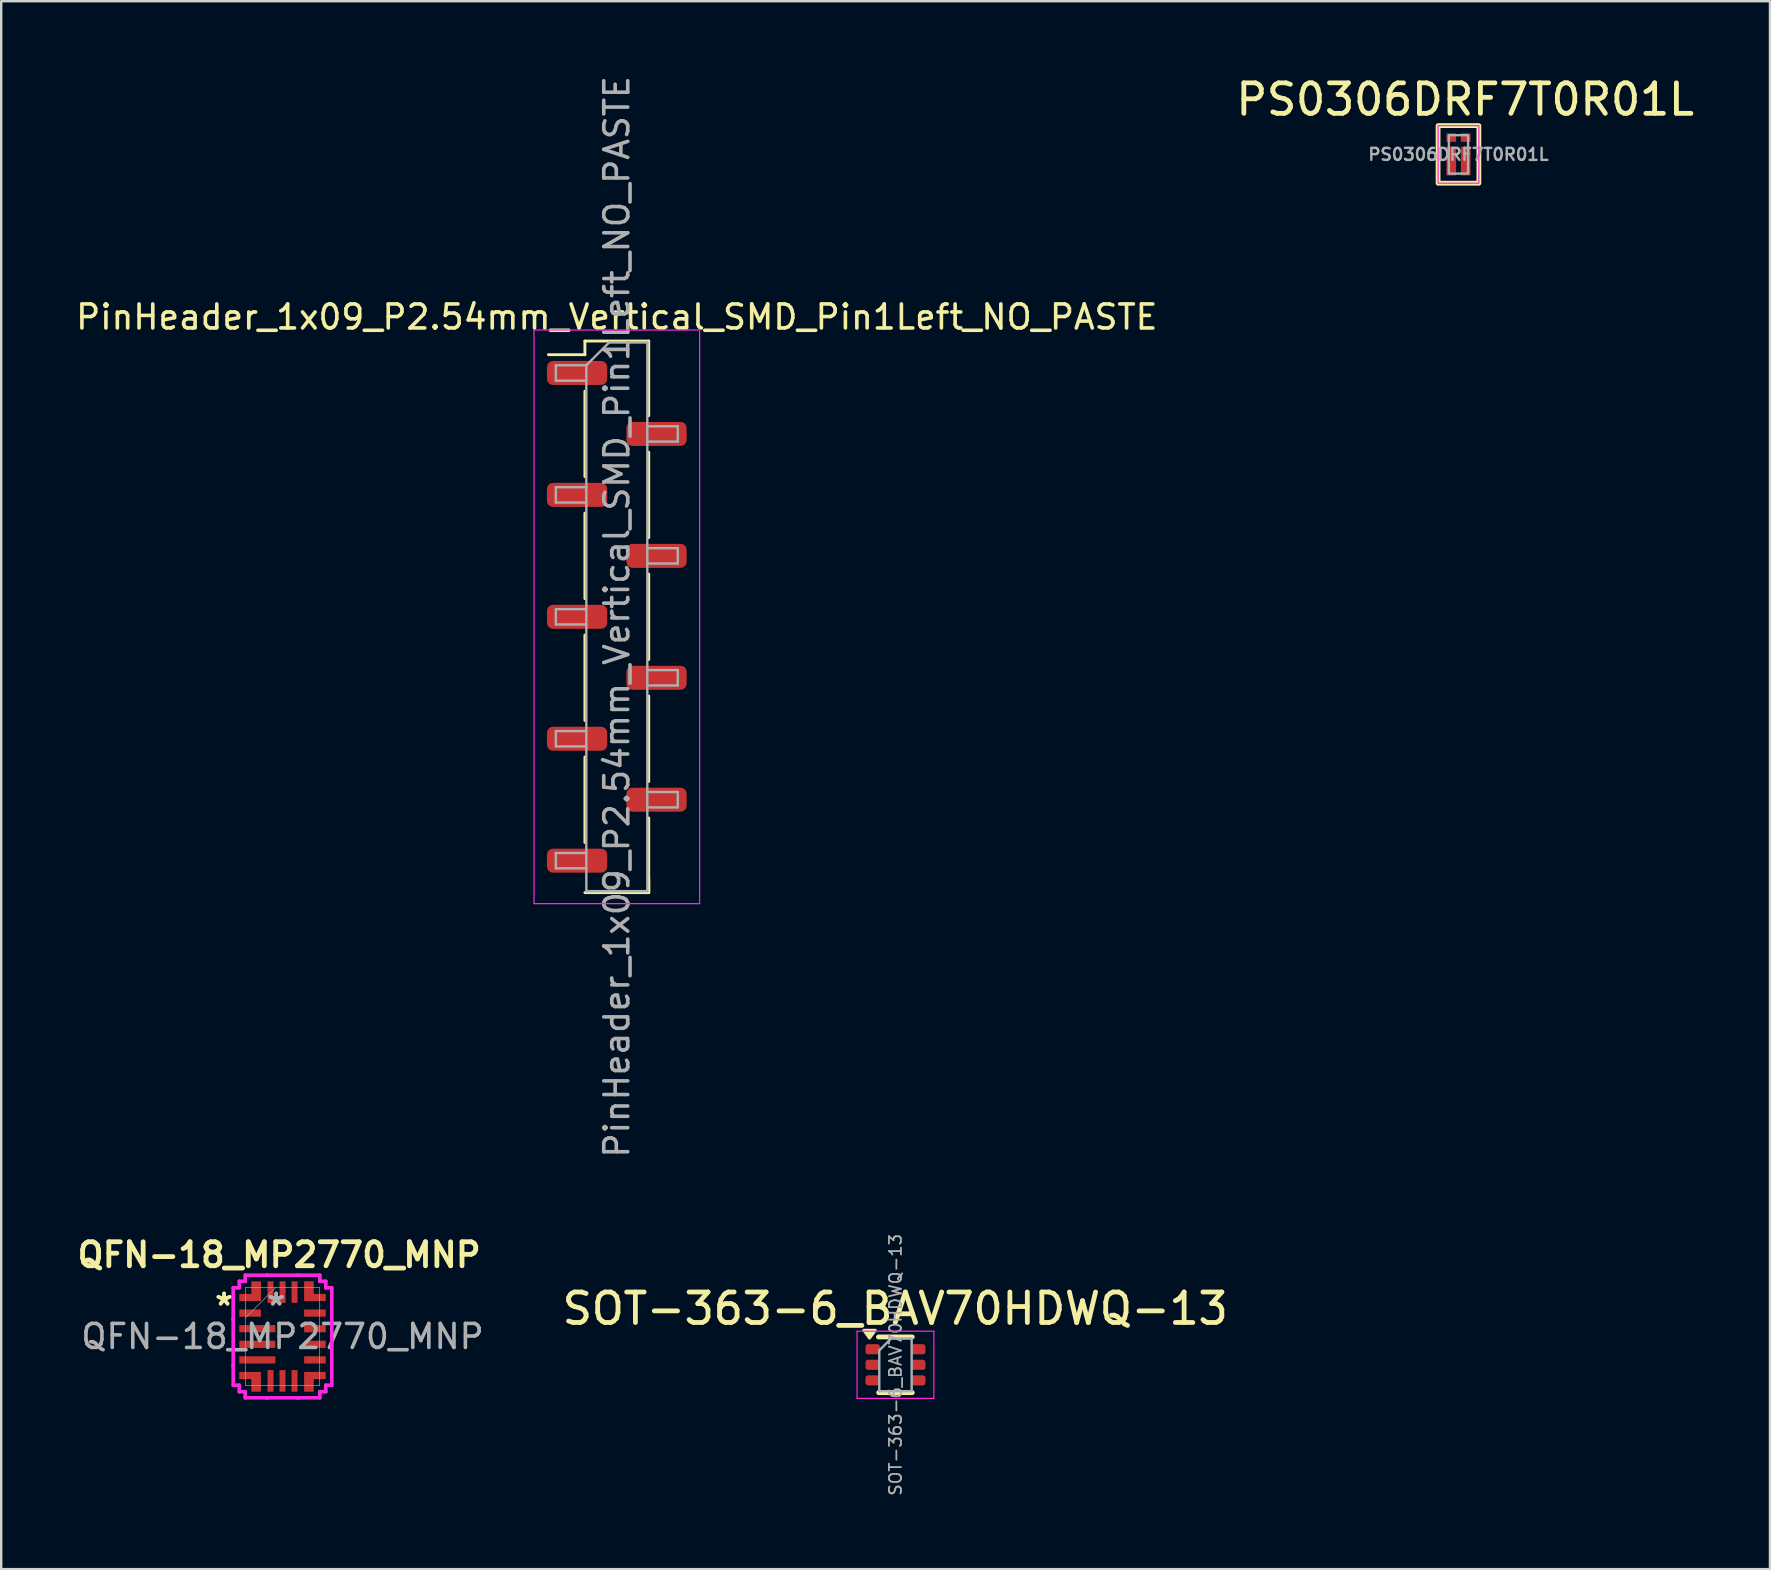
<source format=kicad_pcb>
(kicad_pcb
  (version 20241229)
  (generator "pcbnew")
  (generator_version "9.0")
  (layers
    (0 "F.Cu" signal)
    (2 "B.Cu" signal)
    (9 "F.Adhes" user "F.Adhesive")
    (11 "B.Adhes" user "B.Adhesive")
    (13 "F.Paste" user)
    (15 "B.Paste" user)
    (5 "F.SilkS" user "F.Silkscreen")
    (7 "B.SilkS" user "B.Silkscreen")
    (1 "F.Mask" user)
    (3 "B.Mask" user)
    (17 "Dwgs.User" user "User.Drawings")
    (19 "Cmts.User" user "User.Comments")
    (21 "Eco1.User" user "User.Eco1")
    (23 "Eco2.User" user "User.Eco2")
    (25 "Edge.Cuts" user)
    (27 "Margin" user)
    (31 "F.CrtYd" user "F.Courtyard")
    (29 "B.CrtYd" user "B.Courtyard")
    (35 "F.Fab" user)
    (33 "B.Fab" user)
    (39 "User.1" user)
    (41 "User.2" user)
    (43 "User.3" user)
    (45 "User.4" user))
  (footprint "PinHeader_1x09_P2.54mm_Vertical_SMD_Pin1Left_NO_PASTE"
    (layer "F.Cu")
    (at 22.649 22.649)
    (property "Reference" "PinHeader_1x09_P2.54mm_Vertical_SMD_Pin1Left_NO_PASTE" (at 0 -12.49 0) (layer "F.SilkS") (effects (font (size 1 1) (thickness 0.15))))
    (attr smd)
    (fp_line (start -1.33 -11.49) (end -1.33 -10.92) (stroke (width 0.12) (type solid)) (layer "F.SilkS"))
    (fp_line (start -1.33 -11.49) (end 1.33 -11.49) (stroke (width 0.12) (type solid)) (layer "F.SilkS"))
    (fp_line (start -1.33 -10.92) (end -2.85 -10.92) (stroke (width 0.12) (type solid)) (layer "F.SilkS"))
    (fp_line (start -1.33 -9.4) (end -1.33 -5.84) (stroke (width 0.12) (type solid)) (layer "F.SilkS"))
    (fp_line (start -1.33 -4.32) (end -1.33 -0.76) (stroke (width 0.12) (type solid)) (layer "F.SilkS"))
    (fp_line (start -1.33 0.76) (end -1.33 4.32) (stroke (width 0.12) (type solid)) (layer "F.SilkS"))
    (fp_line (start -1.33 5.84) (end -1.33 9.4) (stroke (width 0.12) (type solid)) (layer "F.SilkS"))
    (fp_line (start -1.33 11.49) (end 1.33 11.49) (stroke (width 0.12) (type solid)) (layer "F.SilkS"))
    (fp_line (start 1.33 -11.49) (end 1.33 -8.38) (stroke (width 0.12) (type solid)) (layer "F.SilkS"))
    (fp_line (start 1.33 -6.86) (end 1.33 -3.3) (stroke (width 0.12) (type solid)) (layer "F.SilkS"))
    (fp_line (start 1.33 -1.78) (end 1.33 1.78) (stroke (width 0.12) (type solid)) (layer "F.SilkS"))
    (fp_line (start 1.33 3.3) (end 1.33 6.86) (stroke (width 0.12) (type solid)) (layer "F.SilkS"))
    (fp_line (start 1.33 8.38) (end 1.33 11.49) (stroke (width 0.12) (type solid)) (layer "F.SilkS"))
    (fp_line (start 1.33 10.92) (end 1.33 11.49) (stroke (width 0.12) (type solid)) (layer "F.SilkS"))
    (fp_line (start -3.45 -11.95) (end -3.45 11.95) (stroke (width 0.05) (type solid)) (layer "F.CrtYd"))
    (fp_line (start -3.45 11.95) (end 3.45 11.95) (stroke (width 0.05) (type solid)) (layer "F.CrtYd"))
    (fp_line (start 3.45 -11.95) (end -3.45 -11.95) (stroke (width 0.05) (type solid)) (layer "F.CrtYd"))
    (fp_line (start 3.45 11.95) (end 3.45 -11.95) (stroke (width 0.05) (type solid)) (layer "F.CrtYd"))
    (fp_line (start -2.54 -10.48) (end -2.54 -9.84) (stroke (width 0.1) (type solid)) (layer "F.Fab"))
    (fp_line (start -2.54 -9.84) (end -1.27 -9.84) (stroke (width 0.1) (type solid)) (layer "F.Fab"))
    (fp_line (start -2.54 -5.4) (end -2.54 -4.76) (stroke (width 0.1) (type solid)) (layer "F.Fab"))
    (fp_line (start -2.54 -4.76) (end -1.27 -4.76) (stroke (width 0.1) (type solid)) (layer "F.Fab"))
    (fp_line (start -2.54 -0.32) (end -2.54 0.32) (stroke (width 0.1) (type solid)) (layer "F.Fab"))
    (fp_line (start -2.54 0.32) (end -1.27 0.32) (stroke (width 0.1) (type solid)) (layer "F.Fab"))
    (fp_line (start -2.54 4.76) (end -2.54 5.4) (stroke (width 0.1) (type solid)) (layer "F.Fab"))
    (fp_line (start -2.54 5.4) (end -1.27 5.4) (stroke (width 0.1) (type solid)) (layer "F.Fab"))
    (fp_line (start -2.54 9.84) (end -2.54 10.48) (stroke (width 0.1) (type solid)) (layer "F.Fab"))
    (fp_line (start -2.54 10.48) (end -1.27 10.48) (stroke (width 0.1) (type solid)) (layer "F.Fab"))
    (fp_line (start -1.27 -10.48) (end -2.54 -10.48) (stroke (width 0.1) (type solid)) (layer "F.Fab"))
    (fp_line (start -1.27 -10.48) (end -0.32 -11.43) (stroke (width 0.1) (type solid)) (layer "F.Fab"))
    (fp_line (start -1.27 -5.4) (end -2.54 -5.4) (stroke (width 0.1) (type solid)) (layer "F.Fab"))
    (fp_line (start -1.27 -0.32) (end -2.54 -0.32) (stroke (width 0.1) (type solid)) (layer "F.Fab"))
    (fp_line (start -1.27 4.76) (end -2.54 4.76) (stroke (width 0.1) (type solid)) (layer "F.Fab"))
    (fp_line (start -1.27 9.84) (end -2.54 9.84) (stroke (width 0.1) (type solid)) (layer "F.Fab"))
    (fp_line (start -1.27 11.43) (end -1.27 -10.48) (stroke (width 0.1) (type solid)) (layer "F.Fab"))
    (fp_line (start -0.32 -11.43) (end 1.27 -11.43) (stroke (width 0.1) (type solid)) (layer "F.Fab"))
    (fp_line (start 1.27 -11.43) (end 1.27 11.43) (stroke (width 0.1) (type solid)) (layer "F.Fab"))
    (fp_line (start 1.27 -7.94) (end 2.54 -7.94) (stroke (width 0.1) (type solid)) (layer "F.Fab"))
    (fp_line (start 1.27 -2.86) (end 2.54 -2.86) (stroke (width 0.1) (type solid)) (layer "F.Fab"))
    (fp_line (start 1.27 2.22) (end 2.54 2.22) (stroke (width 0.1) (type solid)) (layer "F.Fab"))
    (fp_line (start 1.27 7.3) (end 2.54 7.3) (stroke (width 0.1) (type solid)) (layer "F.Fab"))
    (fp_line (start 1.27 11.43) (end -1.27 11.43) (stroke (width 0.1) (type solid)) (layer "F.Fab"))
    (fp_line (start 2.54 -7.94) (end 2.54 -7.3) (stroke (width 0.1) (type solid)) (layer "F.Fab"))
    (fp_line (start 2.54 -7.3) (end 1.27 -7.3) (stroke (width 0.1) (type solid)) (layer "F.Fab"))
    (fp_line (start 2.54 -2.86) (end 2.54 -2.22) (stroke (width 0.1) (type solid)) (layer "F.Fab"))
    (fp_line (start 2.54 -2.22) (end 1.27 -2.22) (stroke (width 0.1) (type solid)) (layer "F.Fab"))
    (fp_line (start 2.54 2.22) (end 2.54 2.86) (stroke (width 0.1) (type solid)) (layer "F.Fab"))
    (fp_line (start 2.54 2.86) (end 1.27 2.86) (stroke (width 0.1) (type solid)) (layer "F.Fab"))
    (fp_line (start 2.54 7.3) (end 2.54 7.94) (stroke (width 0.1) (type solid)) (layer "F.Fab"))
    (fp_line (start 2.54 7.94) (end 1.27 7.94) (stroke (width 0.1) (type solid)) (layer "F.Fab"))
    (fp_text user "${REFERENCE}" (at 0 0 90) (layer "F.Fab") (effects (font (size 1 1) (thickness 0.15))))
    (pad "1" smd roundrect (at -1.655 -10.16) (size 2.51 1) (layers "F.Cu" "F.Mask") (roundrect_rratio 0.25))
    (pad "2" smd roundrect (at 1.655 -7.62) (size 2.51 1) (layers "F.Cu" "F.Mask") (roundrect_rratio 0.25))
    (pad "3" smd roundrect (at -1.655 -5.08) (size 2.51 1) (layers "F.Cu" "F.Mask") (roundrect_rratio 0.25))
    (pad "4" smd roundrect (at 1.655 -2.54) (size 2.51 1) (layers "F.Cu" "F.Mask") (roundrect_rratio 0.25))
    (pad "5" smd roundrect (at -1.655 0) (size 2.51 1) (layers "F.Cu" "F.Mask") (roundrect_rratio 0.25))
    (pad "6" smd roundrect (at 1.655 2.54) (size 2.51 1) (layers "F.Cu" "F.Mask") (roundrect_rratio 0.25))
    (pad "7" smd roundrect (at -1.655 5.08) (size 2.51 1) (layers "F.Cu" "F.Mask") (roundrect_rratio 0.25))
    (pad "8" smd roundrect (at 1.655 7.62) (size 2.51 1) (layers "F.Cu" "F.Mask") (roundrect_rratio 0.25))
    (pad "9" smd roundrect (at -1.655 10.16) (size 2.51 1) (layers "F.Cu" "F.Mask") (roundrect_rratio 0.25)))
  (footprint "PS0306DRF7T0R01L"
    (layer "F.Cu")
    (at 57.716 3.384)
    (property "Reference" "PS0306DRF7T0R01L" (at 0.28 -2.29 0) (layer "F.SilkS") (effects (font (size 1.27 1.27) (thickness 0.2))))
    (attr smd)
    (fp_rect (start -0.85 -1.2) (end 0.85 1.2) (stroke (width 0.2) (type default)) (fill no) (layer "F.SilkS"))
    (fp_rect (start -0.85 -1.2) (end 0.85 1.2) (stroke (width 0.05) (type default)) (fill no) (layer "F.CrtYd"))
    (fp_rect (start -0.4 -0.8) (end 0.4 0.8) (stroke (width 0.1) (type default)) (fill no) (layer "F.Fab"))
    (fp_text user "↑" (at 0.72 -0.36 0) (unlocked yes) (layer "Eco1.User") (effects (font (size 1 1) (thickness 0.15)) (justify left bottom)))
    (fp_text user "${REFERENCE}" (at 0 0 0) (layer "F.Fab") (effects (font (size 0.5 0.5) (thickness 0.1))))
    (pad "1" smd rect (at -0.3 0.275) (size 0.4 1.2) (layers "F.Cu" "F.Mask" "F.Paste"))
    (pad "2" smd rect (at -0.3 -0.7) (size 0.4 0.35) (layers "F.Cu" "F.Mask" "F.Paste"))
    (pad "3" smd rect (at 0.3 -0.7) (size 0.4 0.35) (layers "F.Cu" "F.Mask" "F.Paste"))
    (pad "4" smd rect (at 0.3 0.275) (size 0.4 1.2) (layers "F.Cu" "F.Mask" "F.Paste")))
  (footprint "SOT-363-6_BAV70HDWQ-13"
    (layer "F.Cu")
    (at 34.259 53.813)
    (property "Reference" "SOT-363-6_BAV70HDWQ-13" (at -0.01 -2.34 0) (layer "F.SilkS") (effects (font (size 1.27 1.27) (thickness 0.2))))
    (attr smd)
    (fp_line (start -0.71 -1.16) (end 0.7 -1.16) (stroke (width 0.2) (type solid)) (layer "F.SilkS"))
    (fp_line (start -0.7 1.16) (end 0.7 1.16) (stroke (width 0.2) (type solid)) (layer "F.SilkS"))
    (fp_poly (pts (xy -1.08 -1.11) (xy -1.32 -1.44) (xy -0.84 -1.44) (xy -1.08 -1.11)) (stroke (width 0.12) (type solid)) (fill yes) (layer "F.SilkS"))
    (fp_line (start -1.6 -1.4) (end -1.6 1.4) (stroke (width 0.05) (type solid)) (layer "F.CrtYd"))
    (fp_line (start -1.6 -1.4) (end 1.6 -1.4) (stroke (width 0.05) (type solid)) (layer "F.CrtYd"))
    (fp_line (start -1.6 1.4) (end 1.6 1.4) (stroke (width 0.05) (type solid)) (layer "F.CrtYd"))
    (fp_line (start 1.6 1.4) (end 1.6 -1.4) (stroke (width 0.05) (type solid)) (layer "F.CrtYd"))
    (fp_line (start -0.675 -0.6) (end -0.675 1.1) (stroke (width 0.1) (type solid)) (layer "F.Fab"))
    (fp_line (start -0.175 -1.1) (end -0.675 -0.6) (stroke (width 0.1) (type solid)) (layer "F.Fab"))
    (fp_line (start 0.675 -1.1) (end -0.175 -1.1) (stroke (width 0.1) (type solid)) (layer "F.Fab"))
    (fp_line (start 0.675 -1.1) (end 0.675 1.1) (stroke (width 0.1) (type solid)) (layer "F.Fab"))
    (fp_line (start 0.675 1.1) (end -0.675 1.1) (stroke (width 0.1) (type solid)) (layer "F.Fab"))
    (fp_text user "${REFERENCE}" (at 0 0 90) (layer "F.Fab") (effects (font (size 0.5 0.5) (thickness 0.075))))
    (pad "1" smd roundrect (at -0.95 -0.65) (size 0.6 0.42) (layers "F.Cu" "F.Mask" "F.Paste") (roundrect_rratio 0.25))
    (pad "2" smd roundrect (at -0.95 0) (size 0.6 0.42) (layers "F.Cu" "F.Mask" "F.Paste") (roundrect_rratio 0.25))
    (pad "3" smd roundrect (at -0.95 0.65) (size 0.6 0.42) (layers "F.Cu" "F.Mask" "F.Paste") (roundrect_rratio 0.25))
    (pad "4" smd roundrect (at 0.95 0.65) (size 0.6 0.42) (layers "F.Cu" "F.Mask" "F.Paste") (roundrect_rratio 0.25))
    (pad "5" smd roundrect (at 0.95 0) (size 0.6 0.42) (layers "F.Cu" "F.Mask" "F.Paste") (roundrect_rratio 0.25))
    (pad "6" smd roundrect (at 0.95 -0.65) (size 0.6 0.42) (layers "F.Cu" "F.Mask" "F.Paste") (roundrect_rratio 0.25)))
  (footprint "QFN-18_MP2770_MNP"
    (layer "F.Cu")
    (at 8.721 52.634)
    (property "Reference" "QFN-18_MP2770_MNP" (at -0.14 -3.4 0) (unlocked yes) (layer "F.SilkS") (effects (font (size 1 1) (thickness 0.2))))
    (attr smd)
    (fp_poly (pts (xy -1.8 -1.775) (xy -1.8 -1.475) (xy -0.9 -1.475) (xy -0.9 -2.3) (xy -1.3 -2.3) (xy -1.3 -1.775)) (stroke (width 0) (type solid)) (fill yes) (layer "F.Cu"))
    (fp_poly (pts (xy -1.8 1.775) (xy -1.8 1.475) (xy -0.9 1.475) (xy -0.9 2.3) (xy -1.3 2.3) (xy -1.3 1.775)) (stroke (width 0) (type solid)) (fill yes) (layer "F.Cu"))
    (fp_poly (pts (xy 1.8 -1.775) (xy 1.8 -1.475) (xy 0.9 -1.475) (xy 0.9 -2.3) (xy 1.3 -2.3) (xy 1.3 -1.775)) (stroke (width 0) (type solid)) (fill yes) (layer "F.Cu"))
    (fp_poly (pts (xy 1.8 1.775) (xy 1.8 1.475) (xy 0.9 1.475) (xy 0.9 2.3) (xy 1.3 2.3) (xy 1.3 1.775)) (stroke (width 0) (type solid)) (fill yes) (layer "F.Cu"))
    (fp_poly (pts (xy -1.8 -1.775) (xy -1.8 -1.475) (xy -0.9 -1.475) (xy -0.9 -2.3) (xy -1.3 -2.3) (xy -1.3 -1.775)) (stroke (width 0) (type solid)) (fill yes) (layer "F.Mask"))
    (fp_poly (pts (xy -1.8 1.775) (xy -1.8 1.475) (xy -0.9 1.475) (xy -0.9 2.3) (xy -1.3 2.3) (xy -1.3 1.775)) (stroke (width 0) (type solid)) (fill yes) (layer "F.Mask"))
    (fp_poly (pts (xy 1.8 -1.775) (xy 1.8 -1.475) (xy 0.9 -1.475) (xy 0.9 -2.3) (xy 1.3 -2.3) (xy 1.3 -1.775)) (stroke (width 0) (type solid)) (fill yes) (layer "F.Mask"))
    (fp_poly (pts (xy 1.8 1.775) (xy 1.8 1.475) (xy 0.9 1.475) (xy 0.9 2.3) (xy 1.3 2.3) (xy 1.3 1.775)) (stroke (width 0) (type solid)) (fill yes) (layer "F.Mask"))
    (fp_poly (pts (xy -1.8 -1.775) (xy -1.8 -1.475) (xy -0.9 -1.475) (xy -0.9 -2.3) (xy -1.3 -2.3) (xy -1.3 -1.775)) (stroke (width 0) (type solid)) (fill yes) (layer "F.Paste"))
    (fp_poly (pts (xy -1.8 1.775) (xy -1.8 1.475) (xy -0.9 1.475) (xy -0.9 2.3) (xy -1.3 2.3) (xy -1.3 1.775)) (stroke (width 0) (type solid)) (fill yes) (layer "F.Paste"))
    (fp_poly (pts (xy 1.8 -1.775) (xy 1.8 -1.475) (xy 0.9 -1.475) (xy 0.9 -2.3) (xy 1.3 -2.3) (xy 1.3 -1.775)) (stroke (width 0) (type solid)) (fill yes) (layer "F.Paste"))
    (fp_poly (pts (xy 1.8 1.775) (xy 1.8 1.475) (xy 0.9 1.475) (xy 0.9 2.3) (xy 1.3 2.3) (xy 1.3 1.775)) (stroke (width 0) (type solid)) (fill yes) (layer "F.Paste"))
    (fp_line (start -2.054 -2.029) (end -2.054 -0.729) (stroke (width 0.152) (type solid)) (layer "F.CrtYd"))
    (fp_line (start -2.054 -0.729) (end -2.054 -0.729) (stroke (width 0.152) (type solid)) (layer "F.CrtYd"))
    (fp_line (start -2.054 -0.729) (end -2.054 1.221) (stroke (width 0.152) (type solid)) (layer "F.CrtYd"))
    (fp_line (start -2.054 1.221) (end -2.054 1.221) (stroke (width 0.152) (type solid)) (layer "F.CrtYd"))
    (fp_line (start -2.054 1.221) (end -2.054 2.029) (stroke (width 0.152) (type solid)) (layer "F.CrtYd"))
    (fp_line (start -2.054 2.029) (end -1.803 2.029) (stroke (width 0.152) (type solid)) (layer "F.CrtYd"))
    (fp_line (start -1.803 -2.299) (end -1.803 -2.029) (stroke (width 0.152) (type solid)) (layer "F.CrtYd"))
    (fp_line (start -1.803 -2.029) (end -2.054 -2.029) (stroke (width 0.152) (type solid)) (layer "F.CrtYd"))
    (fp_line (start -1.803 2.029) (end -1.803 2.299) (stroke (width 0.152) (type solid)) (layer "F.CrtYd"))
    (fp_line (start -1.803 2.299) (end -1.554 2.299) (stroke (width 0.152) (type solid)) (layer "F.CrtYd"))
    (fp_line (start -1.554 -2.554) (end -1.554 -2.299) (stroke (width 0.152) (type solid)) (layer "F.CrtYd"))
    (fp_line (start -1.554 -2.299) (end -1.803 -2.299) (stroke (width 0.152) (type solid)) (layer "F.CrtYd"))
    (fp_line (start -1.554 2.299) (end -1.554 2.554) (stroke (width 0.152) (type solid)) (layer "F.CrtYd"))
    (fp_line (start -1.554 2.554) (end -0.646 2.554) (stroke (width 0.152) (type solid)) (layer "F.CrtYd"))
    (fp_line (start -0.646 -2.554) (end -1.554 -2.554) (stroke (width 0.152) (type solid)) (layer "F.CrtYd"))
    (fp_line (start -0.646 -2.554) (end -0.646 -2.554) (stroke (width 0.152) (type solid)) (layer "F.CrtYd"))
    (fp_line (start -0.646 2.554) (end 0.646 2.554) (stroke (width 0.152) (type solid)) (layer "F.CrtYd"))
    (fp_line (start -0.646 2.554) (end -0.646 2.554) (stroke (width 0.152) (type solid)) (layer "F.CrtYd"))
    (fp_line (start 0.646 -2.554) (end 0.646 -2.554) (stroke (width 0.152) (type solid)) (layer "F.CrtYd"))
    (fp_line (start 0.646 -2.554) (end -0.646 -2.554) (stroke (width 0.152) (type solid)) (layer "F.CrtYd"))
    (fp_line (start 0.646 2.554) (end 0.646 2.554) (stroke (width 0.152) (type solid)) (layer "F.CrtYd"))
    (fp_line (start 0.646 2.554) (end 1.554 2.554) (stroke (width 0.152) (type solid)) (layer "F.CrtYd"))
    (fp_line (start 1.554 -2.554) (end 0.646 -2.554) (stroke (width 0.152) (type solid)) (layer "F.CrtYd"))
    (fp_line (start 1.554 -2.299) (end 1.554 -2.554) (stroke (width 0.152) (type solid)) (layer "F.CrtYd"))
    (fp_line (start 1.554 2.299) (end 1.803 2.299) (stroke (width 0.152) (type solid)) (layer "F.CrtYd"))
    (fp_line (start 1.554 2.554) (end 1.554 2.299) (stroke (width 0.152) (type solid)) (layer "F.CrtYd"))
    (fp_line (start 1.803 -2.299) (end 1.554 -2.299) (stroke (width 0.152) (type solid)) (layer "F.CrtYd"))
    (fp_line (start 1.803 -2.029) (end 1.803 -2.299) (stroke (width 0.152) (type solid)) (layer "F.CrtYd"))
    (fp_line (start 1.803 2.029) (end 2.054 2.029) (stroke (width 0.152) (type solid)) (layer "F.CrtYd"))
    (fp_line (start 1.803 2.299) (end 1.803 2.029) (stroke (width 0.152) (type solid)) (layer "F.CrtYd"))
    (fp_line (start 2.054 -2.029) (end 1.803 -2.029) (stroke (width 0.152) (type solid)) (layer "F.CrtYd"))
    (fp_line (start 2.054 2.029) (end 2.054 -2.029) (stroke (width 0.152) (type solid)) (layer "F.CrtYd"))
    (fp_line (start -1.549 -2.045) (end -1.549 2.045) (stroke (width 0.025) (type solid)) (layer "F.Fab"))
    (fp_line (start -1.549 -0.775) (end -0.279 -2.045) (stroke (width 0.025) (type solid)) (layer "F.Fab"))
    (fp_line (start -1.549 2.045) (end 1.549 2.045) (stroke (width 0.025) (type solid)) (layer "F.Fab"))
    (fp_line (start 1.549 -2.045) (end -1.549 -2.045) (stroke (width 0.025) (type solid)) (layer "F.Fab"))
    (fp_line (start 1.549 2.045) (end 1.549 -2.045) (stroke (width 0.025) (type solid)) (layer "F.Fab"))
    (fp_text user "*" (at -2.435 -1.25 0) (layer "F.SilkS") (effects (font (size 1 1) (thickness 0.15))))
    (fp_text user "*" (at -2.435 -1.25 0) (unlocked yes) (layer "F.SilkS") (effects (font (size 1 1) (thickness 0.15))))
    (fp_text user "*" (at -0.265 -1.25 0) (unlocked yes) (layer "F.Fab") (effects (font (size 1 1) (thickness 0.15))))
    (fp_text user "*" (at -0.265 -1.25 0) (layer "F.Fab") (effects (font (size 1 1) (thickness 0.15))))
    (fp_text user "${REFERENCE}" (at 0 0 0) (unlocked yes) (layer "F.Fab") (effects (font (size 1 1) (thickness 0.15))))
    (pad "1" smd rect (at -1.35 -0.975) (size 0.9 0.3) (layers "F.Cu" "F.Mask" "F.Paste"))
    (pad "2" smd rect (at -1.05 -0.325) (size 1.5 0.3) (layers "F.Cu" "F.Mask" "F.Paste"))
    (pad "3" smd rect (at -1.05 0.325) (size 1.5 0.3) (layers "F.Cu" "F.Mask" "F.Paste"))
    (pad "4" smd rect (at -1.05 0.975) (size 1.5 0.3) (layers "F.Cu" "F.Mask" "F.Paste"))
    (pad "5" smd rect (at -1.35 1.625) (size 0.127 0.127) (layers "F.Cu" "F.Mask" "F.Paste"))
    (pad "6" smd rect (at -0.5 1.85 90) (size 0.9 0.25) (layers "F.Cu" "F.Mask" "F.Paste"))
    (pad "7" smd rect (at 0 1.85 90) (size 0.9 0.25) (layers "F.Cu" "F.Mask" "F.Paste"))
    (pad "8" smd rect (at 0.5 1.85 90) (size 0.9 0.25) (layers "F.Cu" "F.Mask" "F.Paste"))
    (pad "9" smd rect (at 1.35 1.625) (size 0.127 0.127) (layers "F.Cu" "F.Mask" "F.Paste"))
    (pad "10" smd rect (at 1.35 0.975) (size 0.9 0.3) (layers "F.Cu" "F.Mask" "F.Paste"))
    (pad "11" smd rect (at 1.35 0.325) (size 0.9 0.3) (layers "F.Cu" "F.Mask" "F.Paste"))
    (pad "12" smd rect (at 1.35 -0.325) (size 0.9 0.3) (layers "F.Cu" "F.Mask" "F.Paste"))
    (pad "13" smd rect (at 1.35 -0.975) (size 0.9 0.3) (layers "F.Cu" "F.Mask" "F.Paste"))
    (pad "14" smd rect (at 1.35 -1.625) (size 0.127 0.127) (layers "F.Cu" "F.Mask" "F.Paste"))
    (pad "15" smd rect (at 0.5 -1.85 90) (size 0.9 0.25) (layers "F.Cu" "F.Mask" "F.Paste"))
    (pad "16" smd rect (at 0 -1.85 90) (size 0.9 0.25) (layers "F.Cu" "F.Mask" "F.Paste"))
    (pad "17" smd rect (at -0.5 -1.85 90) (size 0.9 0.25) (layers "F.Cu" "F.Mask" "F.Paste"))
    (pad "18" smd rect (at -1.35 -1.625) (size 0.127 0.127) (layers "F.Cu" "F.Mask" "F.Paste")))
  (gr_rect
    (start -3 -3)
    (end 70.694 62.327)
    (stroke (width 0.1) (type default))
    (fill no)
    (layer "Edge.Cuts")))
</source>
